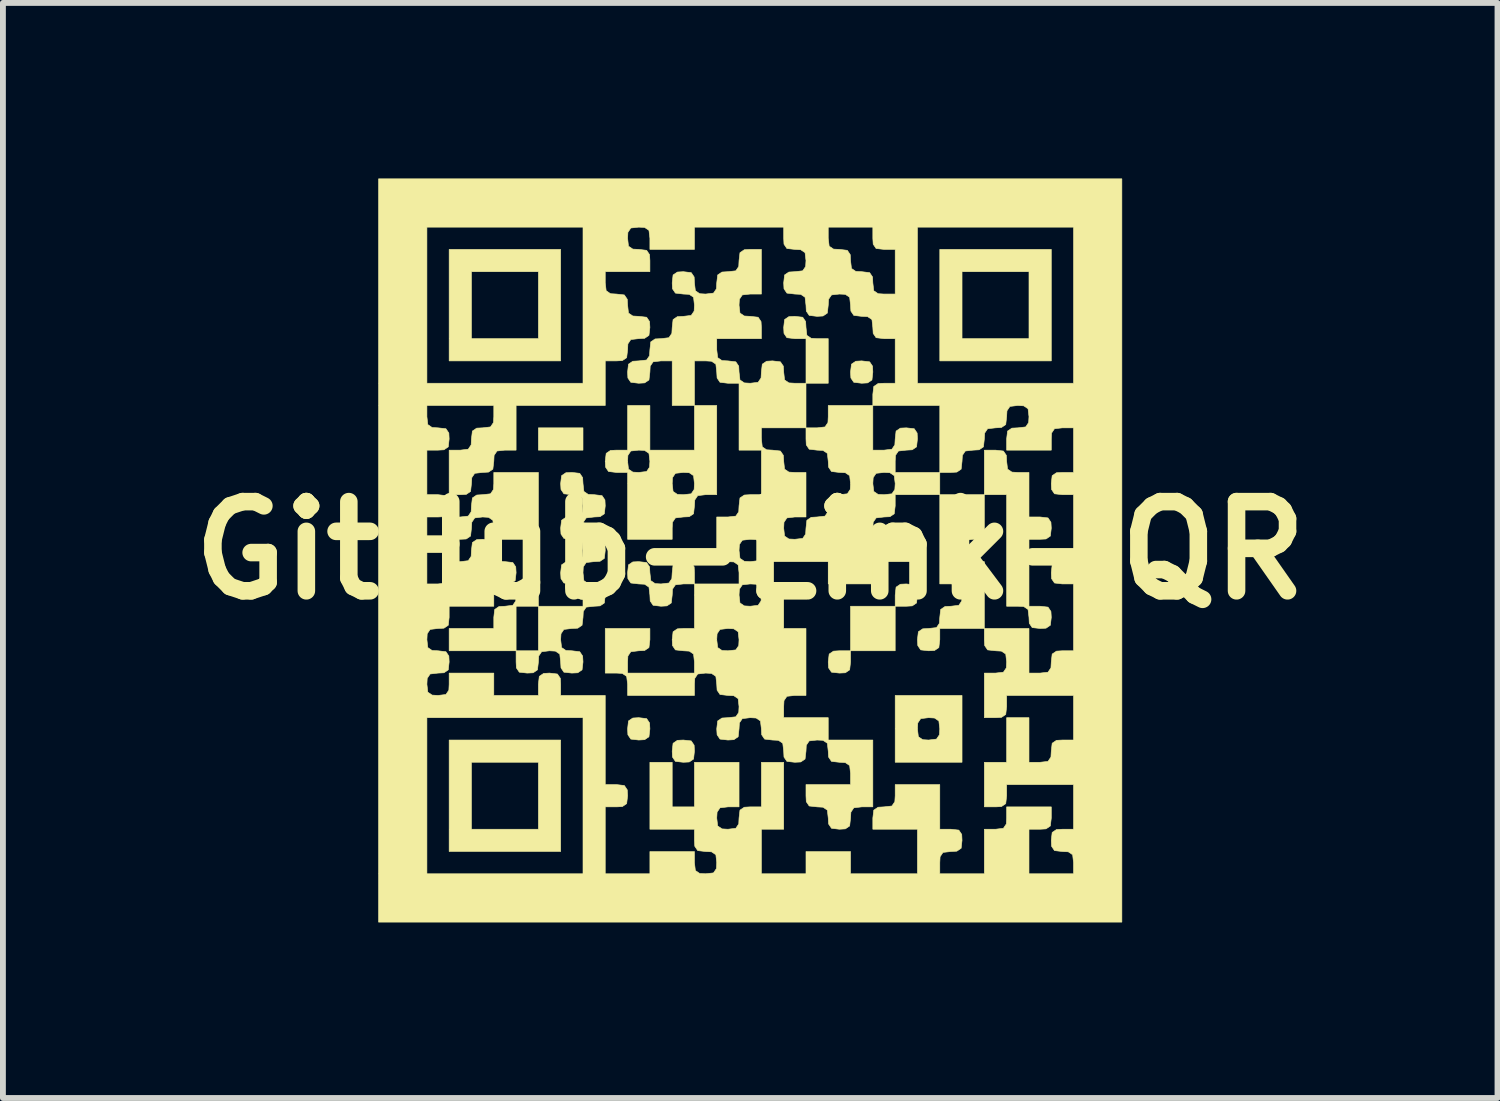
<source format=kicad_pcb>
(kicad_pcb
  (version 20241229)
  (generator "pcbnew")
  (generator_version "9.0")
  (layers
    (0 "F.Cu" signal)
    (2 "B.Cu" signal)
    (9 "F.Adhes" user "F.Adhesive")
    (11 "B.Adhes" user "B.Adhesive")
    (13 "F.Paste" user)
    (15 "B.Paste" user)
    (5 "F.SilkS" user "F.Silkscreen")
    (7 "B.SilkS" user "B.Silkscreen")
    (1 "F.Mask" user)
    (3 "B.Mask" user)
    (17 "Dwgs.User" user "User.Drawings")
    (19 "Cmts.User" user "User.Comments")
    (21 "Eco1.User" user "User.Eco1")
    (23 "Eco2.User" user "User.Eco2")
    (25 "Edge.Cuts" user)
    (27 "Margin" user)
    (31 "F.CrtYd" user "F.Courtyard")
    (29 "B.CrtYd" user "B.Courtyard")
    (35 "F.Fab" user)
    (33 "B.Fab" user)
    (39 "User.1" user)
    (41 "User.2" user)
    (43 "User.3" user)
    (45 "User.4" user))
  (footprint "GitHub-Link-QR"
    (layer "F.Cu")
    (at 9.768 6.355)
    (property "Reference" "GitHub-Link-QR" (at 0 0 0) (layer "F.SilkS") (effects (font (size 1.524 1.524) (thickness 0.3))))
    (attr through_hole)
    (fp_poly (pts (xy -2.857 -1.714) (xy -3.619 -1.714) (xy -3.619 -2.095) (xy -2.857 -2.095) (xy -2.857 -1.714)) (stroke (width 0.01) (type solid)) (fill yes) (layer "F.SilkS"))
    (fp_poly (pts (xy 2.477 1.714) (xy 1.714 1.714) (xy 1.714 0.953) (xy 2.477 0.953) (xy 2.477 1.714)) (stroke (width 0.01) (type solid)) (fill yes) (layer "F.SilkS"))
    (fp_poly (pts (xy -3.239 -3.239) (xy -5.144 -3.239) (xy -5.144 -4.763) (xy -4.763 -4.763) (xy -4.763 -3.619) (xy -3.619 -3.619) (xy -3.619 -4.763) (xy -4.763 -4.763) (xy -5.144 -4.763) (xy -5.144 -5.144) (xy -3.239 -5.144) (xy -3.239 -3.239)) (stroke (width 0.01) (type solid)) (fill yes) (layer "F.SilkS"))
    (fp_poly (pts (xy -3.239 5.144) (xy -5.144 5.144) (xy -5.144 3.619) (xy -4.763 3.619) (xy -4.763 4.763) (xy -3.619 4.763) (xy -3.619 3.619) (xy -4.763 3.619) (xy -5.144 3.619) (xy -5.144 3.239) (xy -3.239 3.239) (xy -3.239 5.144)) (stroke (width 0.01) (type solid)) (fill yes) (layer "F.SilkS"))
    (fp_poly (pts (xy 1.714 1.905) (xy 1.699 2.04) (xy 1.625 2.09) (xy 1.524 2.095) (xy 1.389 2.08) (xy 1.339 2.006) (xy 1.333 1.905) (xy 1.349 1.77) (xy 1.423 1.72) (xy 1.524 1.714) (xy 1.714 1.714) (xy 1.714 1.905)) (stroke (width 0.01) (type solid)) (fill yes) (layer "F.SilkS"))
    (fp_poly (pts (xy 2.802 0.587) (xy 2.852 0.661) (xy 2.857 0.762) (xy 2.842 0.897) (xy 2.768 0.947) (xy 2.667 0.953) (xy 2.477 0.953) (xy 2.477 0.762) (xy 2.492 0.627) (xy 2.566 0.577) (xy 2.667 0.572) (xy 2.802 0.587)) (stroke (width 0.01) (type solid)) (fill yes) (layer "F.SilkS"))
    (fp_poly (pts (xy 5.144 -3.239) (xy 3.239 -3.239) (xy 3.239 -4.763) (xy 3.619 -4.763) (xy 3.619 -3.619) (xy 4.763 -3.619) (xy 4.763 -4.763) (xy 3.619 -4.763) (xy 3.239 -4.763) (xy 3.239 -5.144) (xy 5.144 -5.144) (xy 5.144 -3.239)) (stroke (width 0.01) (type solid)) (fill yes) (layer "F.SilkS"))
    (fp_poly (pts (xy -1.77 2.873) (xy -1.72 2.947) (xy -1.714 3.048) (xy -1.73 3.183) (xy -1.804 3.233) (xy -1.905 3.239) (xy -2.04 3.223) (xy -2.09 3.149) (xy -2.095 3.048) (xy -2.08 2.913) (xy -2.006 2.863) (xy -1.905 2.857) (xy -1.77 2.873)) (stroke (width 0.01) (type solid)) (fill yes) (layer "F.SilkS"))
    (fp_poly (pts (xy -1.008 3.254) (xy -0.958 3.328) (xy -0.953 3.429) (xy -0.968 3.564) (xy -1.042 3.614) (xy -1.143 3.619) (xy -1.278 3.604) (xy -1.328 3.53) (xy -1.333 3.429) (xy -1.318 3.294) (xy -1.244 3.244) (xy -1.143 3.239) (xy -1.008 3.254)) (stroke (width 0.01) (type solid)) (fill yes) (layer "F.SilkS"))
    (fp_poly (pts (xy 2.04 -3.223) (xy 2.09 -3.149) (xy 2.095 -3.048) (xy 2.08 -2.913) (xy 2.006 -2.863) (xy 1.905 -2.857) (xy 1.77 -2.873) (xy 1.72 -2.947) (xy 1.714 -3.048) (xy 1.73 -3.183) (xy 1.804 -3.233) (xy 1.905 -3.239) (xy 2.04 -3.223)) (stroke (width 0.01) (type solid)) (fill yes) (layer "F.SilkS"))
    (fp_poly (pts (xy 0.897 -3.985) (xy 0.947 -3.911) (xy 0.953 -3.81) (xy 0.968 -3.675) (xy 1.042 -3.625) (xy 1.143 -3.619) (xy 1.333 -3.619) (xy 1.333 -2.857) (xy 0.953 -2.857) (xy 0.953 -3.619) (xy 0.762 -3.619) (xy 0.627 -3.635) (xy 0.577 -3.709) (xy 0.572 -3.81) (xy 0.587 -3.945) (xy 0.661 -3.995) (xy 0.762 -4) (xy 0.897 -3.985)) (stroke (width 0.01) (type solid)) (fill yes) (layer "F.SilkS"))
    (fp_poly (pts (xy 3.619 3.619) (xy 2.477 3.619) (xy 2.477 3.048) (xy 2.857 3.048) (xy 2.873 3.183) (xy 2.947 3.233) (xy 3.048 3.239) (xy 3.183 3.223) (xy 3.233 3.149) (xy 3.239 3.048) (xy 3.223 2.913) (xy 3.149 2.863) (xy 3.048 2.857) (xy 2.913 2.873) (xy 2.863 2.947) (xy 2.857 3.048) (xy 2.477 3.048) (xy 2.477 2.477) (xy 3.619 2.477) (xy 3.619 3.619)) (stroke (width 0.01) (type solid)) (fill yes) (layer "F.SilkS"))
    (fp_poly (pts (xy -3.619 -0.191) (xy -4.381 -0.191) (xy -4.381 -0.381) (xy -4.397 -0.516) (xy -4.471 -0.566) (xy -4.572 -0.572) (xy -4.707 -0.556) (xy -4.757 -0.482) (xy -4.763 -0.381) (xy -4.778 -0.246) (xy -4.852 -0.196) (xy -4.953 -0.191) (xy -5.088 -0.206) (xy -5.138 -0.28) (xy -5.144 -0.381) (xy -5.128 -0.516) (xy -5.054 -0.566) (xy -4.953 -0.572) (xy -4.818 -0.587) (xy -4.768 -0.661) (xy -4.763 -0.762) (xy -4.747 -0.897) (xy -4.673 -0.947) (xy -4.572 -0.953) (xy -4.437 -0.968) (xy -4.387 -1.042) (xy -4.381 -1.143) (xy -4.381 -1.333) (xy -3.619 -1.333) (xy -3.619 -0.191)) (stroke (width 0.01) (type solid)) (fill yes) (layer "F.SilkS"))
    (fp_poly (pts (xy -1.008 0.206) (xy -0.958 0.28) (xy -0.953 0.381) (xy -0.953 0.572) (xy -1.143 0.572) (xy -1.278 0.587) (xy -1.328 0.661) (xy -1.333 0.762) (xy -1.349 0.897) (xy -1.423 0.947) (xy -1.524 0.953) (xy -1.659 0.937) (xy -1.709 0.863) (xy -1.714 0.762) (xy -1.73 0.627) (xy -1.804 0.577) (xy -1.905 0.572) (xy -2.04 0.556) (xy -2.09 0.482) (xy -2.095 0.381) (xy -2.08 0.246) (xy -2.006 0.196) (xy -1.905 0.191) (xy -1.77 0.206) (xy -1.72 0.28) (xy -1.714 0.381) (xy -1.699 0.516) (xy -1.625 0.566) (xy -1.524 0.572) (xy -1.389 0.556) (xy -1.339 0.482) (xy -1.333 0.381) (xy -1.318 0.246) (xy -1.244 0.196) (xy -1.143 0.191) (xy -1.008 0.206)) (stroke (width 0.01) (type solid)) (fill yes) (layer "F.SilkS"))
    (fp_poly (pts (xy 4 -1.714) (xy 4.191 -1.714) (xy 4.326 -1.699) (xy 4.376 -1.625) (xy 4.381 -1.524) (xy 4.397 -1.389) (xy 4.471 -1.339) (xy 4.572 -1.333) (xy 4.763 -1.333) (xy 4.763 -0.572) (xy 4.953 -0.572) (xy 5.088 -0.556) (xy 5.138 -0.482) (xy 5.144 -0.381) (xy 5.128 -0.246) (xy 5.054 -0.196) (xy 4.953 -0.191) (xy 4.763 -0.191) (xy 4.763 0.953) (xy 4.953 0.953) (xy 5.088 0.968) (xy 5.138 1.042) (xy 5.144 1.143) (xy 5.128 1.278) (xy 5.054 1.328) (xy 4.953 1.333) (xy 4.818 1.318) (xy 4.768 1.244) (xy 4.763 1.143) (xy 4.747 1.008) (xy 4.673 0.958) (xy 4.572 0.953) (xy 4.381 0.953) (xy 4.381 -0.953) (xy 4 -0.953) (xy 4 -1.714)) (stroke (width 0.01) (type solid)) (fill yes) (layer "F.SilkS"))
    (fp_poly (pts (xy 4 -0.191) (xy 3.81 -0.191) (xy 3.675 -0.175) (xy 3.625 -0.101) (xy 3.619 0) (xy 3.635 0.135) (xy 3.709 0.185) (xy 3.81 0.191) (xy 4 0.191) (xy 4 1.333) (xy 3.239 1.333) (xy 3.239 1.524) (xy 3.223 1.659) (xy 3.149 1.709) (xy 3.048 1.714) (xy 2.913 1.699) (xy 2.863 1.625) (xy 2.857 1.524) (xy 2.873 1.389) (xy 2.947 1.339) (xy 3.048 1.333) (xy 3.183 1.318) (xy 3.233 1.244) (xy 3.239 1.143) (xy 3.254 1.008) (xy 3.328 0.958) (xy 3.429 0.953) (xy 3.564 0.937) (xy 3.614 0.863) (xy 3.619 0.762) (xy 3.604 0.627) (xy 3.53 0.577) (xy 3.429 0.572) (xy 3.239 0.572) (xy 3.239 -0.953) (xy 4 -0.953) (xy 4 -0.191)) (stroke (width 0.01) (type solid)) (fill yes) (layer "F.SilkS"))
    (fp_poly (pts (xy -1.714 -1.714) (xy -0.953 -1.714) (xy -0.953 -2.477) (xy -0.572 -2.477) (xy -0.572 -0.953) (xy -0.762 -0.953) (xy -0.897 -0.937) (xy -0.947 -0.863) (xy -0.953 -0.762) (xy -0.968 -0.627) (xy -1.042 -0.577) (xy -1.143 -0.572) (xy -1.278 -0.556) (xy -1.328 -0.482) (xy -1.333 -0.381) (xy -1.333 -0.191) (xy -2.095 -0.191) (xy -2.095 -1.143) (xy -1.333 -1.143) (xy -1.318 -1.008) (xy -1.244 -0.958) (xy -1.143 -0.953) (xy -1.008 -0.968) (xy -0.958 -1.042) (xy -0.953 -1.143) (xy -0.968 -1.278) (xy -1.042 -1.328) (xy -1.143 -1.333) (xy -1.278 -1.318) (xy -1.328 -1.244) (xy -1.333 -1.143) (xy -2.095 -1.143) (xy -2.095 -1.333) (xy -2.286 -1.333) (xy -2.421 -1.349) (xy -2.471 -1.423) (xy -2.477 -1.524) (xy -2.095 -1.524) (xy -2.08 -1.389) (xy -2.006 -1.339) (xy -1.905 -1.333) (xy -1.77 -1.349) (xy -1.72 -1.423) (xy -1.714 -1.524) (xy -1.73 -1.659) (xy -1.804 -1.709) (xy -1.905 -1.714) (xy -2.04 -1.699) (xy -2.09 -1.625) (xy -2.095 -1.524) (xy -2.477 -1.524) (xy -2.461 -1.659) (xy -2.387 -1.709) (xy -2.286 -1.714) (xy -2.095 -1.714) (xy -2.095 -2.477) (xy -1.714 -2.477) (xy -1.714 -1.714)) (stroke (width 0.01) (type solid)) (fill yes) (layer "F.SilkS"))
    (fp_poly (pts (xy -2.913 -1.318) (xy -2.863 -1.244) (xy -2.857 -1.143) (xy -2.842 -1.008) (xy -2.768 -0.958) (xy -2.667 -0.953) (xy -2.532 -0.937) (xy -2.482 -0.863) (xy -2.477 -0.762) (xy -2.492 -0.627) (xy -2.566 -0.577) (xy -2.667 -0.572) (xy -2.802 -0.556) (xy -2.852 -0.482) (xy -2.857 -0.381) (xy -2.842 -0.246) (xy -2.768 -0.196) (xy -2.667 -0.191) (xy -2.532 -0.175) (xy -2.482 -0.101) (xy -2.477 0) (xy -2.492 0.135) (xy -2.566 0.185) (xy -2.667 0.191) (xy -2.802 0.206) (xy -2.852 0.28) (xy -2.857 0.381) (xy -2.842 0.516) (xy -2.768 0.566) (xy -2.667 0.572) (xy -2.532 0.587) (xy -2.482 0.661) (xy -2.477 0.762) (xy -2.492 0.897) (xy -2.566 0.947) (xy -2.667 0.953) (xy -2.802 0.968) (xy -2.852 1.042) (xy -2.857 1.143) (xy -2.873 1.278) (xy -2.947 1.328) (xy -3.048 1.333) (xy -3.183 1.349) (xy -3.233 1.423) (xy -3.239 1.524) (xy -3.223 1.659) (xy -3.149 1.709) (xy -3.048 1.714) (xy -2.913 1.73) (xy -2.863 1.804) (xy -2.857 1.905) (xy -2.873 2.04) (xy -2.947 2.09) (xy -3.048 2.095) (xy -3.183 2.08) (xy -3.233 2.006) (xy -3.239 1.905) (xy -3.254 1.77) (xy -3.328 1.72) (xy -3.429 1.714) (xy -3.564 1.73) (xy -3.614 1.804) (xy -3.619 1.905) (xy -3.635 2.04) (xy -3.709 2.09) (xy -3.81 2.095) (xy -3.945 2.08) (xy -3.995 2.006) (xy -4 1.905) (xy -4 1.714) (xy -5.144 1.714) (xy -5.144 1.333) (xy -4.381 1.333) (xy -4.381 1.143) (xy -4.366 1.008) (xy -4.292 0.958) (xy -4.191 0.953) (xy -4 0.953) (xy -4 1.714) (xy -3.619 1.714) (xy -3.619 0.953) (xy -4 0.953) (xy -4.191 0.953) (xy -4.056 0.937) (xy -4.006 0.863) (xy -4 0.762) (xy -3.985 0.627) (xy -3.911 0.577) (xy -3.81 0.572) (xy -3.675 0.587) (xy -3.625 0.661) (xy -3.619 0.762) (xy -3.619 0.953) (xy -2.857 0.953) (xy -2.857 0.762) (xy -2.873 0.627) (xy -2.947 0.577) (xy -3.048 0.572) (xy -3.183 0.556) (xy -3.233 0.482) (xy -3.239 0.381) (xy -3.223 0.246) (xy -3.149 0.196) (xy -3.048 0.191) (xy -2.913 0.175) (xy -2.863 0.101) (xy -2.857 0) (xy -2.873 -0.135) (xy -2.947 -0.185) (xy -3.048 -0.191) (xy -3.183 -0.206) (xy -3.233 -0.28) (xy -3.239 -0.381) (xy -3.223 -0.516) (xy -3.149 -0.566) (xy -3.048 -0.572) (xy -2.913 -0.587) (xy -2.863 -0.661) (xy -2.857 -0.762) (xy -2.873 -0.897) (xy -2.947 -0.947) (xy -3.048 -0.953) (xy -3.183 -0.968) (xy -3.233 -1.042) (xy -3.239 -1.143) (xy -3.223 -1.278) (xy -3.149 -1.328) (xy -3.048 -1.333) (xy -2.913 -1.318)) (stroke (width 0.01) (type solid)) (fill yes) (layer "F.SilkS"))
    (fp_poly (pts (xy 0.191 -4.381) (xy 0 -4.381) (xy -0.135 -4.366) (xy -0.185 -4.292) (xy -0.191 -4.191) (xy -0.175 -4.056) (xy -0.101 -4.006) (xy 0 -4) (xy 0.135 -3.985) (xy 0.185 -3.911) (xy 0.191 -3.81) (xy 0.191 -3.619) (xy -0.572 -3.619) (xy -0.572 -3.429) (xy -0.556 -3.294) (xy -0.482 -3.244) (xy -0.381 -3.239) (xy -0.246 -3.223) (xy -0.196 -3.149) (xy -0.191 -3.048) (xy -0.175 -2.913) (xy -0.101 -2.863) (xy 0 -2.857) (xy 0.135 -2.873) (xy 0.185 -2.947) (xy 0.191 -3.048) (xy 0.206 -3.183) (xy 0.28 -3.233) (xy 0.381 -3.239) (xy 0.516 -3.223) (xy 0.566 -3.149) (xy 0.572 -3.048) (xy 0.587 -2.913) (xy 0.661 -2.863) (xy 0.762 -2.857) (xy 0.953 -2.857) (xy 0.953 -2.095) (xy 1.143 -2.095) (xy 1.278 -2.111) (xy 1.328 -2.185) (xy 1.333 -2.286) (xy 1.333 -2.477) (xy 2.095 -2.477) (xy 2.095 -1.714) (xy 2.286 -1.714) (xy 2.421 -1.73) (xy 2.471 -1.804) (xy 2.477 -1.905) (xy 2.492 -2.04) (xy 2.566 -2.09) (xy 2.667 -2.095) (xy 2.802 -2.08) (xy 2.852 -2.006) (xy 2.857 -1.905) (xy 2.842 -1.77) (xy 2.768 -1.72) (xy 2.667 -1.714) (xy 2.532 -1.699) (xy 2.482 -1.625) (xy 2.477 -1.524) (xy 2.477 -1.333) (xy 3.239 -1.333) (xy 3.239 -0.953) (xy 2.477 -0.953) (xy 2.477 -0.762) (xy 2.461 -0.627) (xy 2.387 -0.577) (xy 2.286 -0.572) (xy 2.151 -0.556) (xy 2.101 -0.482) (xy 2.095 -0.381) (xy 2.095 -0.191) (xy 2.857 -0.191) (xy 2.857 0.191) (xy 2.095 0.191) (xy 2.095 0.572) (xy 1.333 0.572) (xy 1.333 0.191) (xy 0.191 0.191) (xy 0.191 0.381) (xy 0.206 0.516) (xy 0.28 0.566) (xy 0.381 0.572) (xy 0.572 0.572) (xy 0.572 1.333) (xy 0.953 1.333) (xy 0.953 2.477) (xy 0.762 2.477) (xy 0.627 2.492) (xy 0.577 2.566) (xy 0.572 2.667) (xy 0.572 2.857) (xy 1.333 2.857) (xy 1.333 3.239) (xy 2.095 3.239) (xy 2.095 4.381) (xy 1.905 4.381) (xy 1.77 4.397) (xy 1.72 4.471) (xy 1.714 4.572) (xy 1.699 4.707) (xy 1.625 4.757) (xy 1.524 4.763) (xy 1.389 4.747) (xy 1.339 4.673) (xy 1.333 4.572) (xy 1.318 4.437) (xy 1.244 4.387) (xy 1.143 4.381) (xy 1.008 4.366) (xy 0.958 4.292) (xy 0.953 4.191) (xy 0.953 4) (xy 1.714 4) (xy 1.714 3.81) (xy 1.699 3.675) (xy 1.625 3.625) (xy 1.524 3.619) (xy 1.389 3.604) (xy 1.339 3.53) (xy 1.333 3.429) (xy 1.318 3.294) (xy 1.244 3.244) (xy 1.143 3.239) (xy 1.008 3.254) (xy 0.958 3.328) (xy 0.953 3.429) (xy 0.937 3.564) (xy 0.863 3.614) (xy 0.762 3.619) (xy 0.627 3.604) (xy 0.577 3.53) (xy 0.572 3.429) (xy 0.556 3.294) (xy 0.482 3.244) (xy 0.381 3.239) (xy 0.246 3.223) (xy 0.196 3.149) (xy 0.191 3.048) (xy 0.175 2.913) (xy 0.101 2.863) (xy 0 2.857) (xy -0.135 2.873) (xy -0.185 2.947) (xy -0.191 3.048) (xy -0.206 3.183) (xy -0.28 3.233) (xy -0.381 3.239) (xy -0.516 3.223) (xy -0.566 3.149) (xy -0.572 3.048) (xy -0.556 2.913) (xy -0.482 2.863) (xy -0.381 2.857) (xy -0.246 2.842) (xy -0.196 2.768) (xy -0.191 2.667) (xy -0.206 2.532) (xy -0.28 2.482) (xy -0.381 2.477) (xy -0.516 2.461) (xy -0.566 2.387) (xy -0.572 2.286) (xy -0.587 2.151) (xy -0.661 2.101) (xy -0.762 2.095) (xy -0.897 2.111) (xy -0.947 2.185) (xy -0.953 2.286) (xy -0.953 2.477) (xy -2.095 2.477) (xy -2.095 2.286) (xy -2.111 2.151) (xy -2.185 2.101) (xy -2.286 2.095) (xy -2.477 2.095) (xy -2.477 1.333) (xy -1.714 1.333) (xy -1.714 1.524) (xy -1.73 1.659) (xy -1.804 1.709) (xy -1.905 1.714) (xy -2.04 1.73) (xy -2.09 1.804) (xy -2.095 1.905) (xy -2.095 2.095) (xy -0.953 2.095) (xy -0.953 1.905) (xy -0.968 1.77) (xy -1.042 1.72) (xy -1.143 1.714) (xy -1.278 1.699) (xy -1.328 1.625) (xy -1.333 1.524) (xy -0.572 1.524) (xy -0.556 1.659) (xy -0.482 1.709) (xy -0.381 1.714) (xy -0.246 1.699) (xy -0.196 1.625) (xy -0.191 1.524) (xy -0.206 1.389) (xy -0.28 1.339) (xy -0.381 1.333) (xy -0.516 1.349) (xy -0.566 1.423) (xy -0.572 1.524) (xy -1.333 1.524) (xy -1.318 1.389) (xy -1.244 1.339) (xy -1.143 1.333) (xy -0.953 1.333) (xy -0.953 0.762) (xy -0.191 0.762) (xy -0.175 0.897) (xy -0.101 0.947) (xy 0 0.953) (xy 0.135 0.937) (xy 0.185 0.863) (xy 0.191 0.762) (xy 0.175 0.627) (xy 0.101 0.577) (xy 0 0.572) (xy -0.135 0.587) (xy -0.185 0.661) (xy -0.191 0.762) (xy -0.953 0.762) (xy -0.953 0.572) (xy -0.191 0.572) (xy -0.191 0.381) (xy -0.206 0.246) (xy -0.28 0.196) (xy -0.381 0.191) (xy -0.572 0.191) (xy -0.572 0) (xy -0.191 0) (xy -0.175 0.135) (xy -0.101 0.185) (xy 0 0.191) (xy 0.135 0.175) (xy 0.185 0.101) (xy 0.191 0) (xy 0.175 -0.135) (xy 0.101 -0.185) (xy 0 -0.191) (xy -0.135 -0.175) (xy -0.185 -0.101) (xy -0.191 0) (xy -0.572 0) (xy -0.572 -0.572) (xy -0.381 -0.572) (xy -0.246 -0.587) (xy -0.196 -0.661) (xy -0.191 -0.762) (xy -0.175 -0.897) (xy -0.101 -0.947) (xy 0 -0.953) (xy 0.191 -0.953) (xy 0.191 -1.714) (xy -0.191 -1.714) (xy -0.191 -2.095) (xy 0.191 -2.095) (xy 0.191 -1.905) (xy 0.206 -1.77) (xy 0.28 -1.72) (xy 0.381 -1.714) (xy 0.516 -1.699) (xy 0.566 -1.625) (xy 0.572 -1.524) (xy 0.587 -1.389) (xy 0.661 -1.339) (xy 0.762 -1.333) (xy 0.953 -1.333) (xy 0.953 -0.572) (xy 0.762 -0.572) (xy 0.627 -0.556) (xy 0.577 -0.482) (xy 0.572 -0.381) (xy 0.587 -0.246) (xy 0.661 -0.196) (xy 0.762 -0.191) (xy 0.897 -0.206) (xy 0.947 -0.28) (xy 0.953 -0.381) (xy 0.968 -0.516) (xy 1.042 -0.566) (xy 1.143 -0.572) (xy 1.278 -0.587) (xy 1.328 -0.661) (xy 1.333 -0.762) (xy 1.349 -0.897) (xy 1.423 -0.947) (xy 1.524 -0.953) (xy 1.659 -0.968) (xy 1.709 -1.042) (xy 1.714 -1.143) (xy 2.095 -1.143) (xy 2.111 -1.008) (xy 2.185 -0.958) (xy 2.286 -0.953) (xy 2.421 -0.968) (xy 2.471 -1.042) (xy 2.477 -1.143) (xy 2.461 -1.278) (xy 2.387 -1.328) (xy 2.286 -1.333) (xy 2.151 -1.318) (xy 2.101 -1.244) (xy 2.095 -1.143) (xy 1.714 -1.143) (xy 1.699 -1.278) (xy 1.625 -1.328) (xy 1.524 -1.333) (xy 1.389 -1.349) (xy 1.339 -1.423) (xy 1.333 -1.524) (xy 1.318 -1.659) (xy 1.244 -1.709) (xy 1.143 -1.714) (xy 1.008 -1.73) (xy 0.958 -1.804) (xy 0.953 -1.905) (xy 0.953 -2.095) (xy 0.191 -2.095) (xy -0.191 -2.095) (xy -0.191 -2.857) (xy -0.381 -2.857) (xy -0.516 -2.873) (xy -0.566 -2.947) (xy -0.572 -3.048) (xy -0.587 -3.183) (xy -0.661 -3.233) (xy -0.762 -3.239) (xy -0.953 -3.239) (xy -0.953 -2.477) (xy -1.333 -2.477) (xy -1.333 -3.239) (xy -1.524 -3.239) (xy -1.659 -3.223) (xy -1.709 -3.149) (xy -1.714 -3.048) (xy -1.73 -2.913) (xy -1.804 -2.863) (xy -1.905 -2.857) (xy -2.04 -2.873) (xy -2.09 -2.947) (xy -2.095 -3.048) (xy -2.08 -3.183) (xy -2.006 -3.233) (xy -1.905 -3.239) (xy -1.77 -3.254) (xy -1.72 -3.328) (xy -1.714 -3.429) (xy -1.699 -3.564) (xy -1.625 -3.614) (xy -1.524 -3.619) (xy -1.389 -3.635) (xy -1.339 -3.709) (xy -1.333 -3.81) (xy -1.318 -3.945) (xy -1.244 -3.995) (xy -1.143 -4) (xy -1.008 -4.016) (xy -0.958 -4.09) (xy -0.953 -4.191) (xy -0.968 -4.326) (xy -1.042 -4.376) (xy -1.143 -4.381) (xy -1.278 -4.397) (xy -1.328 -4.471) (xy -1.333 -4.572) (xy -1.318 -4.707) (xy -1.244 -4.757) (xy -1.143 -4.763) (xy -1.008 -4.747) (xy -0.958 -4.673) (xy -0.953 -4.572) (xy -0.937 -4.437) (xy -0.863 -4.387) (xy -0.762 -4.381) (xy -0.627 -4.397) (xy -0.577 -4.471) (xy -0.572 -4.572) (xy -0.556 -4.707) (xy -0.482 -4.757) (xy -0.381 -4.763) (xy -0.246 -4.778) (xy -0.196 -4.852) (xy -0.191 -4.953) (xy -0.175 -5.088) (xy -0.101 -5.138) (xy 0 -5.144) (xy 0.191 -5.144) (xy 0.191 -4.381)) (stroke (width 0.01) (type solid)) (fill yes) (layer "F.SilkS"))
    (fp_poly (pts (xy 6.35 6.35) (xy -6.35 6.35) (xy -6.35 2.857) (xy -5.524 2.857) (xy -5.524 5.524) (xy -2.857 5.524) (xy -2.857 2.857) (xy -5.524 2.857) (xy -6.35 2.857) (xy -6.35 -2.477) (xy -5.524 -2.477) (xy -5.524 -2.286) (xy -5.509 -2.151) (xy -5.435 -2.101) (xy -5.334 -2.095) (xy -5.199 -2.08) (xy -5.149 -2.006) (xy -5.144 -1.905) (xy -5.159 -1.77) (xy -5.233 -1.72) (xy -5.334 -1.714) (xy -5.524 -1.714) (xy -5.524 -0.953) (xy -5.334 -0.953) (xy -5.199 -0.937) (xy -5.149 -0.863) (xy -5.144 -0.762) (xy -5.159 -0.627) (xy -5.233 -0.577) (xy -5.334 -0.572) (xy -5.524 -0.572) (xy -5.524 0.572) (xy -5.334 0.572) (xy -5.199 0.556) (xy -5.149 0.482) (xy -5.144 0.381) (xy -5.128 0.246) (xy -5.054 0.196) (xy -4.953 0.191) (xy -4.818 0.175) (xy -4.768 0.101) (xy -4.763 0) (xy -4.747 -0.135) (xy -4.673 -0.185) (xy -4.572 -0.191) (xy -4.437 -0.175) (xy -4.387 -0.101) (xy -4.381 0) (xy -4.366 0.135) (xy -4.292 0.185) (xy -4.191 0.191) (xy -4.056 0.206) (xy -4.006 0.28) (xy -4 0.381) (xy -4.016 0.516) (xy -4.09 0.566) (xy -4.191 0.572) (xy -4.326 0.587) (xy -4.376 0.661) (xy -4.381 0.762) (xy -4.381 0.953) (xy -5.144 0.953) (xy -5.144 1.143) (xy -5.159 1.278) (xy -5.233 1.328) (xy -5.334 1.333) (xy -5.469 1.349) (xy -5.519 1.423) (xy -5.524 1.524) (xy -5.509 1.659) (xy -5.435 1.709) (xy -5.334 1.714) (xy -5.199 1.73) (xy -5.149 1.804) (xy -5.144 1.905) (xy -5.159 2.04) (xy -5.233 2.09) (xy -5.334 2.095) (xy -5.469 2.111) (xy -5.519 2.185) (xy -5.524 2.286) (xy -5.509 2.421) (xy -5.435 2.471) (xy -5.334 2.477) (xy -5.199 2.461) (xy -5.149 2.387) (xy -5.144 2.286) (xy -5.144 2.095) (xy -4.381 2.095) (xy -4.381 2.477) (xy -3.619 2.477) (xy -3.619 2.286) (xy -3.604 2.151) (xy -3.53 2.101) (xy -3.429 2.095) (xy -3.294 2.111) (xy -3.244 2.185) (xy -3.239 2.286) (xy -3.239 2.477) (xy -2.477 2.477) (xy -2.477 4) (xy -2.286 4) (xy -2.151 4.016) (xy -2.101 4.09) (xy -2.095 4.191) (xy -2.111 4.326) (xy -2.185 4.376) (xy -2.286 4.381) (xy -2.477 4.381) (xy -2.477 5.524) (xy -1.714 5.524) (xy -1.714 5.144) (xy -0.953 5.144) (xy -0.953 5.334) (xy -0.937 5.469) (xy -0.863 5.519) (xy -0.762 5.524) (xy -0.627 5.509) (xy -0.577 5.435) (xy -0.572 5.334) (xy -0.587 5.199) (xy -0.661 5.149) (xy -0.762 5.144) (xy -0.897 5.128) (xy -0.947 5.054) (xy -0.953 4.953) (xy -0.953 4.763) (xy -1.714 4.763) (xy -1.714 3.619) (xy -1.333 3.619) (xy -1.333 4.381) (xy -0.953 4.381) (xy -0.953 3.619) (xy -0.191 3.619) (xy -0.191 4.381) (xy -0.381 4.381) (xy -0.516 4.397) (xy -0.566 4.471) (xy -0.572 4.572) (xy -0.556 4.707) (xy -0.482 4.757) (xy -0.381 4.763) (xy -0.246 4.747) (xy -0.196 4.673) (xy -0.191 4.572) (xy -0.175 4.437) (xy -0.101 4.387) (xy 0 4.381) (xy 0.191 4.381) (xy 0.191 3.619) (xy 0.572 3.619) (xy 0.572 4.763) (xy 0.191 4.763) (xy 0.191 5.524) (xy 0.953 5.524) (xy 0.953 5.144) (xy 1.714 5.144) (xy 1.714 5.524) (xy 2.857 5.524) (xy 2.857 4.763) (xy 2.095 4.763) (xy 2.095 4.572) (xy 2.111 4.437) (xy 2.185 4.387) (xy 2.286 4.381) (xy 2.421 4.366) (xy 2.471 4.292) (xy 2.477 4.191) (xy 2.477 4) (xy 3.239 4) (xy 3.239 4.763) (xy 3.429 4.763) (xy 3.564 4.778) (xy 3.614 4.852) (xy 3.619 4.953) (xy 3.604 5.088) (xy 3.53 5.138) (xy 3.429 5.144) (xy 3.294 5.159) (xy 3.244 5.233) (xy 3.239 5.334) (xy 3.239 5.524) (xy 4 5.524) (xy 4 4.763) (xy 4.191 4.763) (xy 4.326 4.747) (xy 4.376 4.673) (xy 4.381 4.572) (xy 4.381 4.381) (xy 5.144 4.381) (xy 5.144 4.572) (xy 5.128 4.707) (xy 5.054 4.757) (xy 4.953 4.763) (xy 4.763 4.763) (xy 4.763 5.524) (xy 5.524 5.524) (xy 5.524 5.334) (xy 5.509 5.199) (xy 5.435 5.149) (xy 5.334 5.144) (xy 5.199 5.128) (xy 5.149 5.054) (xy 5.144 4.953) (xy 5.159 4.818) (xy 5.233 4.768) (xy 5.334 4.763) (xy 5.524 4.763) (xy 5.524 4) (xy 4.381 4) (xy 4.381 4.191) (xy 4.366 4.326) (xy 4.292 4.376) (xy 4.191 4.381) (xy 4 4.381) (xy 4 3.619) (xy 4.381 3.619) (xy 4.381 2.857) (xy 4.763 2.857) (xy 4.763 3.619) (xy 4.953 3.619) (xy 5.088 3.604) (xy 5.138 3.53) (xy 5.144 3.429) (xy 5.159 3.294) (xy 5.233 3.244) (xy 5.334 3.239) (xy 5.524 3.239) (xy 5.524 2.477) (xy 4.381 2.477) (xy 4.381 2.667) (xy 4.366 2.802) (xy 4.292 2.852) (xy 4.191 2.857) (xy 4 2.857) (xy 4 2.095) (xy 4.191 2.095) (xy 4.326 2.08) (xy 4.376 2.006) (xy 4.381 1.905) (xy 4.366 1.77) (xy 4.292 1.72) (xy 4.191 1.714) (xy 4.056 1.699) (xy 4.006 1.625) (xy 4 1.524) (xy 4 1.333) (xy 4.763 1.333) (xy 4.763 2.095) (xy 4.953 2.095) (xy 5.088 2.08) (xy 5.138 2.006) (xy 5.144 1.905) (xy 5.159 1.77) (xy 5.233 1.72) (xy 5.334 1.714) (xy 5.524 1.714) (xy 5.524 0.572) (xy 5.334 0.572) (xy 5.199 0.556) (xy 5.149 0.482) (xy 5.144 0.381) (xy 5.159 0.246) (xy 5.233 0.196) (xy 5.334 0.191) (xy 5.524 0.191) (xy 5.524 -0.953) (xy 5.334 -0.953) (xy 5.199 -0.968) (xy 5.149 -1.042) (xy 5.144 -1.143) (xy 5.159 -1.278) (xy 5.233 -1.328) (xy 5.334 -1.333) (xy 5.524 -1.333) (xy 5.524 -2.095) (xy 5.334 -2.095) (xy 5.199 -2.08) (xy 5.149 -2.006) (xy 5.144 -1.905) (xy 5.144 -1.714) (xy 4.381 -1.714) (xy 4.381 -1.905) (xy 4.397 -2.04) (xy 4.471 -2.09) (xy 4.572 -2.095) (xy 4.707 -2.111) (xy 4.757 -2.185) (xy 4.763 -2.286) (xy 4.747 -2.421) (xy 4.673 -2.471) (xy 4.572 -2.477) (xy 4.437 -2.461) (xy 4.387 -2.387) (xy 4.381 -2.286) (xy 4.366 -2.151) (xy 4.292 -2.101) (xy 4.191 -2.095) (xy 4.056 -2.08) (xy 4.006 -2.006) (xy 4 -1.905) (xy 3.985 -1.77) (xy 3.911 -1.72) (xy 3.81 -1.714) (xy 3.675 -1.699) (xy 3.625 -1.625) (xy 3.619 -1.524) (xy 3.604 -1.389) (xy 3.53 -1.339) (xy 3.429 -1.333) (xy 3.239 -1.333) (xy 3.239 -2.477) (xy 2.095 -2.477) (xy 2.095 -2.667) (xy 2.111 -2.802) (xy 2.185 -2.852) (xy 2.286 -2.857) (xy 2.477 -2.857) (xy 2.477 -3.619) (xy 2.286 -3.619) (xy 2.151 -3.635) (xy 2.101 -3.709) (xy 2.095 -3.81) (xy 2.08 -3.945) (xy 2.006 -3.995) (xy 1.905 -4) (xy 1.77 -4.016) (xy 1.72 -4.09) (xy 1.714 -4.191) (xy 1.699 -4.326) (xy 1.625 -4.376) (xy 1.524 -4.381) (xy 1.389 -4.366) (xy 1.339 -4.292) (xy 1.333 -4.191) (xy 1.318 -4.056) (xy 1.244 -4.006) (xy 1.143 -4) (xy 1.008 -4.016) (xy 0.958 -4.09) (xy 0.953 -4.191) (xy 0.937 -4.326) (xy 0.863 -4.376) (xy 0.762 -4.381) (xy 0.627 -4.397) (xy 0.577 -4.471) (xy 0.572 -4.572) (xy 0.587 -4.707) (xy 0.661 -4.757) (xy 0.762 -4.763) (xy 0.897 -4.778) (xy 0.947 -4.852) (xy 0.953 -4.953) (xy 0.937 -5.088) (xy 0.863 -5.138) (xy 0.762 -5.144) (xy 0.627 -5.159) (xy 0.577 -5.233) (xy 0.572 -5.334) (xy 0.572 -5.524) (xy 1.333 -5.524) (xy 1.333 -5.334) (xy 1.349 -5.199) (xy 1.423 -5.149) (xy 1.524 -5.144) (xy 1.659 -5.128) (xy 1.709 -5.054) (xy 1.714 -4.953) (xy 1.73 -4.818) (xy 1.804 -4.768) (xy 1.905 -4.763) (xy 2.04 -4.747) (xy 2.09 -4.673) (xy 2.095 -4.572) (xy 2.111 -4.437) (xy 2.185 -4.387) (xy 2.286 -4.381) (xy 2.477 -4.381) (xy 2.477 -5.144) (xy 2.286 -5.144) (xy 2.151 -5.159) (xy 2.101 -5.233) (xy 2.095 -5.334) (xy 2.095 -5.524) (xy 2.857 -5.524) (xy 2.857 -2.857) (xy 5.524 -2.857) (xy 5.524 -5.524) (xy 2.857 -5.524) (xy 2.095 -5.524) (xy 1.333 -5.524) (xy 0.572 -5.524) (xy -0.953 -5.524) (xy -0.953 -5.144) (xy -1.714 -5.144) (xy -1.714 -5.334) (xy -1.73 -5.469) (xy -1.804 -5.519) (xy -1.905 -5.524) (xy -2.04 -5.509) (xy -2.09 -5.435) (xy -2.095 -5.334) (xy -2.08 -5.199) (xy -2.006 -5.149) (xy -1.905 -5.144) (xy -1.77 -5.128) (xy -1.72 -5.054) (xy -1.714 -4.953) (xy -1.714 -4.763) (xy -2.477 -4.763) (xy -2.477 -4.572) (xy -2.461 -4.437) (xy -2.387 -4.387) (xy -2.286 -4.381) (xy -2.151 -4.366) (xy -2.101 -4.292) (xy -2.095 -4.191) (xy -2.08 -4.056) (xy -2.006 -4.006) (xy -1.905 -4) (xy -1.77 -3.985) (xy -1.72 -3.911) (xy -1.714 -3.81) (xy -1.73 -3.675) (xy -1.804 -3.625) (xy -1.905 -3.619) (xy -2.04 -3.604) (xy -2.09 -3.53) (xy -2.095 -3.429) (xy -2.111 -3.294) (xy -2.185 -3.244) (xy -2.286 -3.239) (xy -2.477 -3.239) (xy -2.477 -2.477) (xy -4 -2.477) (xy -4 -1.714) (xy -4.191 -1.714) (xy -4.326 -1.699) (xy -4.376 -1.625) (xy -4.381 -1.524) (xy -4.397 -1.389) (xy -4.471 -1.339) (xy -4.572 -1.333) (xy -4.707 -1.318) (xy -4.757 -1.244) (xy -4.763 -1.143) (xy -4.778 -1.008) (xy -4.852 -0.958) (xy -4.953 -0.953) (xy -5.144 -0.953) (xy -5.144 -1.714) (xy -4.953 -1.714) (xy -4.818 -1.73) (xy -4.768 -1.804) (xy -4.763 -1.905) (xy -4.747 -2.04) (xy -4.673 -2.09) (xy -4.572 -2.095) (xy -4.437 -2.111) (xy -4.387 -2.185) (xy -4.381 -2.286) (xy -4.381 -2.477) (xy -5.524 -2.477) (xy -6.35 -2.477) (xy -6.35 -5.524) (xy -5.524 -5.524) (xy -5.524 -2.857) (xy -2.857 -2.857) (xy -2.857 -5.524) (xy -5.524 -5.524) (xy -6.35 -5.524) (xy -6.35 -6.35) (xy 6.35 -6.35) (xy 6.35 6.35)) (stroke (width 0.01) (type solid)) (fill yes) (layer "F.SilkS")))
  (gr_rect
    (start -3 -3)
    (end 22.536 15.71)
    (stroke (width 0.1) (type default))
    (fill no)
    (layer "Edge.Cuts")))
</source>
